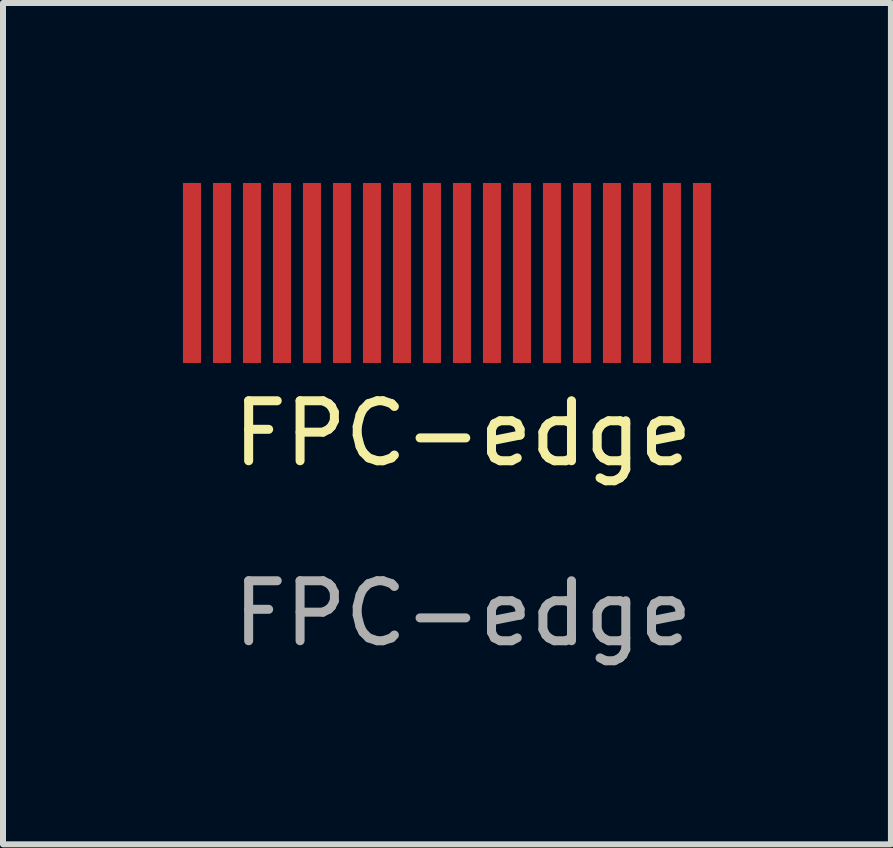
<source format=kicad_pcb>
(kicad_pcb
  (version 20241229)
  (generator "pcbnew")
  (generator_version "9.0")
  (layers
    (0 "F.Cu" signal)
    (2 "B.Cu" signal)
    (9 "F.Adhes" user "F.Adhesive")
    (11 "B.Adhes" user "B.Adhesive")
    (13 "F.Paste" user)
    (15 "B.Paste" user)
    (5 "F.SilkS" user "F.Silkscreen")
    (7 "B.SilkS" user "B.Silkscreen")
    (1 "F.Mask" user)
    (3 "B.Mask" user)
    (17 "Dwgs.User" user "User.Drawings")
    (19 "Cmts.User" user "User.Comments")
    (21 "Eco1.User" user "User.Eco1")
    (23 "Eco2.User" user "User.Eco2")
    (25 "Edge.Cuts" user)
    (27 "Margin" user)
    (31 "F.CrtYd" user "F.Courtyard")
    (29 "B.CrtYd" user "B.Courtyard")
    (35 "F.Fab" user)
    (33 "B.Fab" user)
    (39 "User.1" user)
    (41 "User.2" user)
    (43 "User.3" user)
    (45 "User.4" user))
  (footprint "FPC-edge"
    (layer "F.Cu")
    (at 4.666 4.675)
    (property "Reference" "FPC-edge" (at 0 -0.5 0) (unlocked yes) (layer "F.SilkS") (effects (font (size 1 1) (thickness 0.15))))
    (attr smd)
    (fp_text user "${REFERENCE}" (at 0 2.5 0) (unlocked yes) (layer "F.Fab") (effects (font (size 1 1) (thickness 0.15))))
    (pad "1" smd rect (at -4.516 -3.175) (size 0.3 3) (layers "F.Cu" "F.Mask" "F.Paste"))
    (pad "2" smd rect (at -4.016 -3.175) (size 0.3 3) (layers "F.Cu" "F.Mask" "F.Paste"))
    (pad "3" smd rect (at -3.516 -3.175) (size 0.3 3) (layers "F.Cu" "F.Mask" "F.Paste"))
    (pad "4" smd rect (at -3.016 -3.175) (size 0.3 3) (layers "F.Cu" "F.Mask" "F.Paste"))
    (pad "5" smd rect (at -2.516 -3.175) (size 0.3 3) (layers "F.Cu" "F.Mask" "F.Paste"))
    (pad "6" smd rect (at -2.016 -3.175) (size 0.3 3) (layers "F.Cu" "F.Mask" "F.Paste"))
    (pad "7" smd rect (at -1.516 -3.175) (size 0.3 3) (layers "F.Cu" "F.Mask" "F.Paste"))
    (pad "8" smd rect (at -1.016 -3.175) (size 0.3 3) (layers "F.Cu" "F.Mask" "F.Paste"))
    (pad "9" smd rect (at -0.516 -3.175) (size 0.3 3) (layers "F.Cu" "F.Mask" "F.Paste"))
    (pad "10" smd rect (at -0.016 -3.175) (size 0.3 3) (layers "F.Cu" "F.Mask" "F.Paste"))
    (pad "11" smd rect (at 0.484 -3.175) (size 0.3 3) (layers "F.Cu" "F.Mask" "F.Paste"))
    (pad "12" smd rect (at 0.984 -3.175) (size 0.3 3) (layers "F.Cu" "F.Mask" "F.Paste"))
    (pad "13" smd rect (at 1.484 -3.175) (size 0.3 3) (layers "F.Cu" "F.Mask" "F.Paste"))
    (pad "14" smd rect (at 1.984 -3.175) (size 0.3 3) (layers "F.Cu" "F.Mask" "F.Paste"))
    (pad "15" smd rect (at 2.484 -3.175) (size 0.3 3) (layers "F.Cu" "F.Mask" "F.Paste"))
    (pad "16" smd rect (at 2.984 -3.175) (size 0.3 3) (layers "F.Cu" "F.Mask" "F.Paste"))
    (pad "17" smd rect (at 3.484 -3.175) (size 0.3 3) (layers "F.Cu" "F.Mask" "F.Paste"))
    (pad "18" smd rect (at 3.984 -3.175) (size 0.3 3) (layers "F.Cu" "F.Mask" "F.Paste")))
  (gr_rect
    (start -3 -3)
    (end 11.8 11.023)
    (stroke (width 0.1) (type default))
    (fill no)
    (layer "Edge.Cuts")))
</source>
